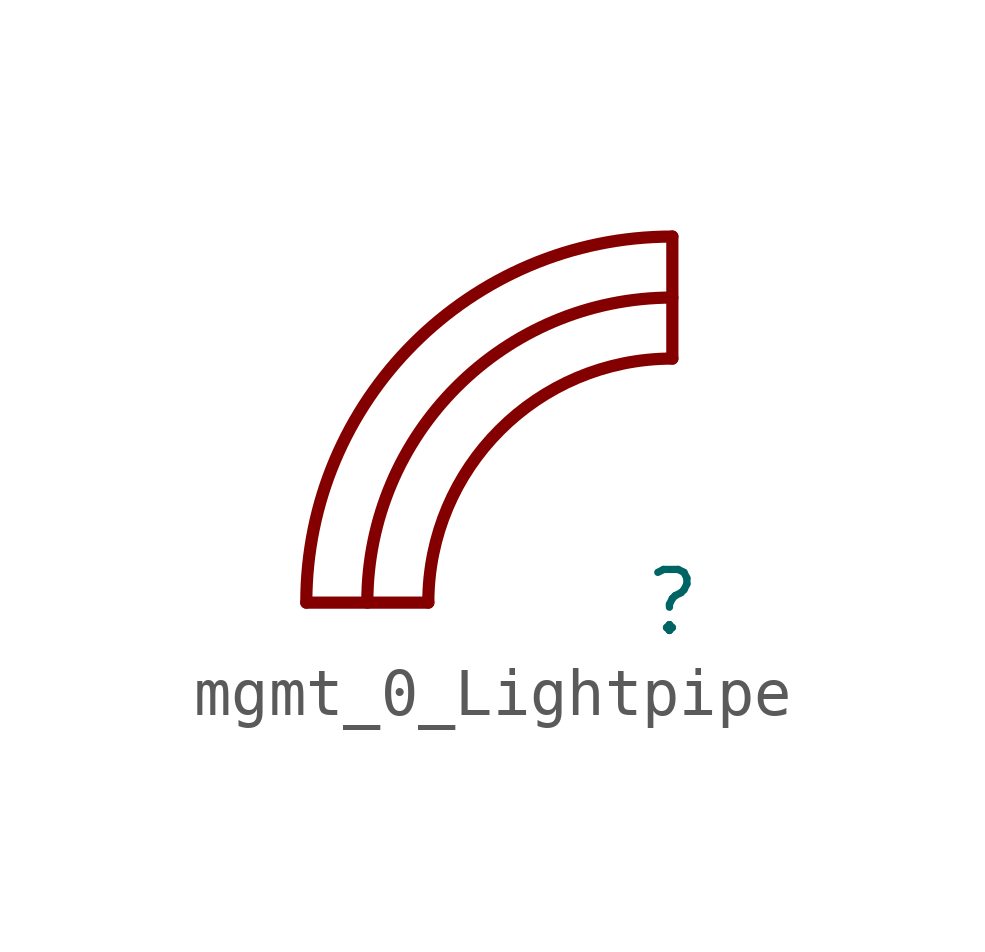
<source format=kicad_sym>
(kicad_symbol_lib
  (version 20231120)
  (generator "kicad_symbol_editor")
  (generator_version "7.99")
  (symbol "mgmt_0_Lightpipe"
    (property "Reference" ""
      (at 0 0 0)
      (effects (font (size 1.27 1.27))))
    (property "Value" ""
      (at 0 0 0)
      (effects (font (size 1.27 1.27))))
    (symbol "mgmt_0_Lightpipe_1_0"
      (polyline (pts (xy -5.08 0) (xy -7.62 0)) (stroke (width 0.254) (type solid)) (fill (type none)))
      (polyline (pts (xy 0 7.62) (xy 0 5.08)) (stroke (width 0.254) (type solid)) (fill (type none)))
      (arc (start 0 5.08) (mid -3.5921 3.5921) (end -5.08 0) (stroke (width 0.254) (type solid)) (fill (type none)))
      (arc (start 0 6.35) (mid -4.4901 4.4901) (end -6.35 0) (stroke (width 0.254) (type solid)) (fill (type none)))
      (arc (start 0 7.62) (mid -5.3882 5.3882) (end -7.62 0) (stroke (width 0.254) (type solid)) (fill (type none))))))
</source>
